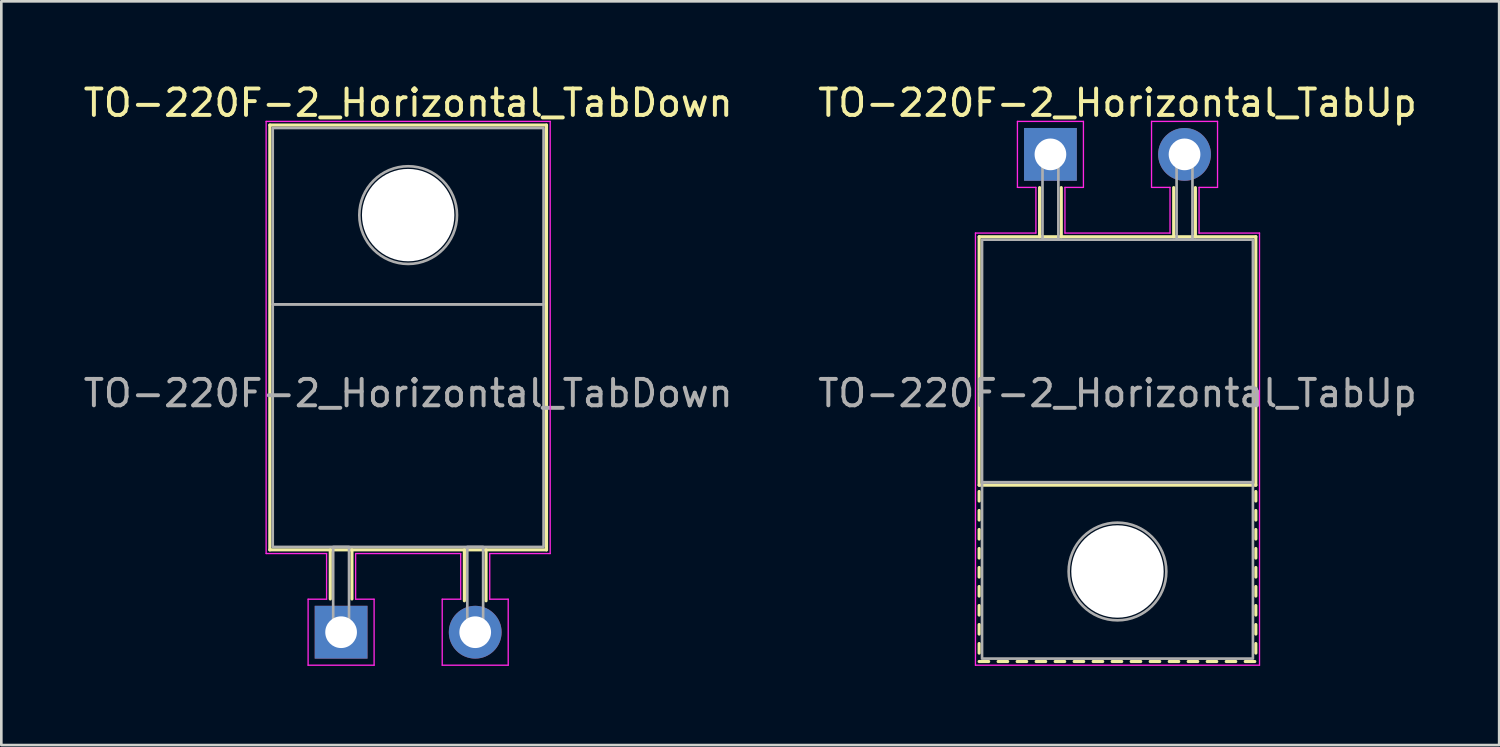
<source format=kicad_pcb>
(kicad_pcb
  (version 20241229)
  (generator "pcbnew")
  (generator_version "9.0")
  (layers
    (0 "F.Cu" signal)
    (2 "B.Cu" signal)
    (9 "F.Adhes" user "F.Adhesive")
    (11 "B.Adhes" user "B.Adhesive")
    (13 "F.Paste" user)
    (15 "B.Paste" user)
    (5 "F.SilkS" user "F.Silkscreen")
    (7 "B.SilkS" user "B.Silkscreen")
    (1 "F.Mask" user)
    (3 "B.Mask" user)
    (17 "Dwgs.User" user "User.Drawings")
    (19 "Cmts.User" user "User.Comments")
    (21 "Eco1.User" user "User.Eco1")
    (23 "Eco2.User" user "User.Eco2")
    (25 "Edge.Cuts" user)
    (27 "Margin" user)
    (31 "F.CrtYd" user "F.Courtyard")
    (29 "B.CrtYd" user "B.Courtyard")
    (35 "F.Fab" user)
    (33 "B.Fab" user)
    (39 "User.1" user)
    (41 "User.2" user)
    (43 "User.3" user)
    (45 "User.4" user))
  (footprint "TO-220F-2_Horizontal_TabDown"
    (layer "F.Cu")
    (at 9.871 20.898)
    (property "Reference" "TO-220F-2_Horizontal_TabDown" (at 2.54 -20.05 0) (layer "F.SilkS") (effects (font (size 1 1) (thickness 0.15))))
    (attr through_hole)
    (fp_line (start -2.7 -19.21) (end 7.78 -19.21) (stroke (width 0.12) (type solid)) (layer "F.SilkS"))
    (fp_line (start -2.7 -3.12) (end -2.7 -19.21) (stroke (width 0.12) (type solid)) (layer "F.SilkS"))
    (fp_line (start -2.7 -3.12) (end 7.78 -3.12) (stroke (width 0.12) (type solid)) (layer "F.SilkS"))
    (fp_line (start -0.41 -3.12) (end -0.41 -1.26) (stroke (width 0.12) (type solid)) (layer "F.SilkS"))
    (fp_line (start 0.41 -3.12) (end 0.41 -1.26) (stroke (width 0.12) (type solid)) (layer "F.SilkS"))
    (fp_line (start 4.67 -3.12) (end 4.67 -1.191) (stroke (width 0.12) (type solid)) (layer "F.SilkS"))
    (fp_line (start 5.49 -3.12) (end 5.49 -1.191) (stroke (width 0.12) (type solid)) (layer "F.SilkS"))
    (fp_line (start 7.78 -3.12) (end 7.78 -19.21) (stroke (width 0.12) (type solid)) (layer "F.SilkS"))
    (fp_line (start -2.84 -19.35) (end 7.92 -19.35) (stroke (width 0.05) (type solid)) (layer "F.CrtYd"))
    (fp_line (start -2.84 -2.98) (end -2.84 -19.35) (stroke (width 0.05) (type solid)) (layer "F.CrtYd"))
    (fp_line (start -1.25 -1.25) (end -0.55 -1.25) (stroke (width 0.05) (type solid)) (layer "F.CrtYd"))
    (fp_line (start -1.25 1.25) (end -1.25 -1.25) (stroke (width 0.05) (type solid)) (layer "F.CrtYd"))
    (fp_line (start -0.55 -2.98) (end -2.84 -2.98) (stroke (width 0.05) (type solid)) (layer "F.CrtYd"))
    (fp_line (start -0.55 -1.25) (end -0.55 -2.98) (stroke (width 0.05) (type solid)) (layer "F.CrtYd"))
    (fp_line (start 0.55 -2.98) (end 0.55 -1.25) (stroke (width 0.05) (type solid)) (layer "F.CrtYd"))
    (fp_line (start 0.55 -1.25) (end 1.25 -1.25) (stroke (width 0.05) (type solid)) (layer "F.CrtYd"))
    (fp_line (start 1.25 -1.25) (end 1.25 1.25) (stroke (width 0.05) (type solid)) (layer "F.CrtYd"))
    (fp_line (start 1.25 1.25) (end -1.25 1.25) (stroke (width 0.05) (type solid)) (layer "F.CrtYd"))
    (fp_line (start 3.83 -1.25) (end 4.53 -1.25) (stroke (width 0.05) (type solid)) (layer "F.CrtYd"))
    (fp_line (start 3.83 1.25) (end 3.83 -1.25) (stroke (width 0.05) (type solid)) (layer "F.CrtYd"))
    (fp_line (start 4.53 -2.98) (end 0.55 -2.98) (stroke (width 0.05) (type solid)) (layer "F.CrtYd"))
    (fp_line (start 4.53 -1.25) (end 4.53 -2.98) (stroke (width 0.05) (type solid)) (layer "F.CrtYd"))
    (fp_line (start 5.63 -2.98) (end 5.63 -1.25) (stroke (width 0.05) (type solid)) (layer "F.CrtYd"))
    (fp_line (start 5.63 -1.25) (end 6.33 -1.25) (stroke (width 0.05) (type solid)) (layer "F.CrtYd"))
    (fp_line (start 6.33 -1.25) (end 6.33 1.25) (stroke (width 0.05) (type solid)) (layer "F.CrtYd"))
    (fp_line (start 6.33 1.25) (end 3.83 1.25) (stroke (width 0.05) (type solid)) (layer "F.CrtYd"))
    (fp_line (start 7.92 -19.35) (end 7.92 -2.98) (stroke (width 0.05) (type solid)) (layer "F.CrtYd"))
    (fp_line (start 7.92 -2.98) (end 5.63 -2.98) (stroke (width 0.05) (type solid)) (layer "F.CrtYd"))
    (fp_rect (start -2.59 -19.1) (end 7.67 -12.42) (stroke (width 0.1) (type solid)) (fill no) (layer "F.Fab"))
    (fp_rect (start -2.59 -12.42) (end 7.67 -3.23) (stroke (width 0.1) (type solid)) (fill no) (layer "F.Fab"))
    (fp_rect (start -0.3 -3.23) (end 0.3 0) (stroke (width 0.1) (type solid)) (fill no) (layer "F.Fab"))
    (fp_rect (start 4.78 -3.23) (end 5.38 0) (stroke (width 0.1) (type solid)) (fill no) (layer "F.Fab"))
    (fp_circle (center 2.54 -15.8) (end 4.39 -15.8) (stroke (width 0.1) (type solid)) (fill no) (layer "F.Fab"))
    (fp_text user "${REFERENCE}" (at 2.54 -9.05 0) (layer "F.Fab") (effects (font (size 1 1) (thickness 0.15))))
    (pad "" np_thru_hole circle (at 2.54 -15.8) (size 3.5 3.5) (drill 3.5) (layers "*.Cu" "*.Mask"))
    (pad "1" thru_hole rect (at 0 0) (size 2 2) (drill 1.2) (layers "*.Cu" "*.Mask"))
    (pad "2" thru_hole circle (at 5.08 0) (size 2 2) (drill 1.2) (layers "*.Cu" "*.Mask")))
  (footprint "TO-220F-2_Horizontal_TabUp"
    (layer "F.Cu")
    (at 36.74 2.798)
    (property "Reference" "TO-220F-2_Horizontal_TabUp" (at 2.54 -1.95 0) (layer "F.SilkS") (effects (font (size 1 1) (thickness 0.15))))
    (attr through_hole)
    (fp_line (start -2.7 3.12) (end -2.7 12.53) (stroke (width 0.12) (type solid)) (layer "F.SilkS"))
    (fp_line (start -2.7 3.12) (end 7.78 3.12) (stroke (width 0.12) (type solid)) (layer "F.SilkS"))
    (fp_line (start -2.7 12.53) (end 7.78 12.53) (stroke (width 0.12) (type solid)) (layer "F.SilkS"))
    (fp_line (start -2.7 12.77) (end -2.7 13.13) (stroke (width 0.12) (type solid)) (layer "F.SilkS"))
    (fp_line (start -2.7 13.49) (end -2.7 13.85) (stroke (width 0.12) (type solid)) (layer "F.SilkS"))
    (fp_line (start -2.7 14.21) (end -2.7 14.57) (stroke (width 0.12) (type solid)) (layer "F.SilkS"))
    (fp_line (start -2.7 14.93) (end -2.7 15.29) (stroke (width 0.12) (type solid)) (layer "F.SilkS"))
    (fp_line (start -2.7 15.65) (end -2.7 16.01) (stroke (width 0.12) (type solid)) (layer "F.SilkS"))
    (fp_line (start -2.7 16.37) (end -2.7 16.73) (stroke (width 0.12) (type solid)) (layer "F.SilkS"))
    (fp_line (start -2.7 17.09) (end -2.7 17.45) (stroke (width 0.12) (type solid)) (layer "F.SilkS"))
    (fp_line (start -2.7 17.81) (end -2.7 18.17) (stroke (width 0.12) (type solid)) (layer "F.SilkS"))
    (fp_line (start -2.7 18.53) (end -2.7 18.89) (stroke (width 0.12) (type solid)) (layer "F.SilkS"))
    (fp_line (start -2.7 19.21) (end -2.34 19.21) (stroke (width 0.12) (type solid)) (layer "F.SilkS"))
    (fp_line (start -1.98 19.21) (end -1.62 19.21) (stroke (width 0.12) (type solid)) (layer "F.SilkS"))
    (fp_line (start -1.26 19.21) (end -0.9 19.21) (stroke (width 0.12) (type solid)) (layer "F.SilkS"))
    (fp_line (start -0.54 19.21) (end -0.18 19.21) (stroke (width 0.12) (type solid)) (layer "F.SilkS"))
    (fp_line (start -0.41 3.12) (end -0.41 1.26) (stroke (width 0.12) (type solid)) (layer "F.SilkS"))
    (fp_line (start 0.18 19.21) (end 0.54 19.21) (stroke (width 0.12) (type solid)) (layer "F.SilkS"))
    (fp_line (start 0.41 3.12) (end 0.41 1.26) (stroke (width 0.12) (type solid)) (layer "F.SilkS"))
    (fp_line (start 0.9 19.21) (end 1.26 19.21) (stroke (width 0.12) (type solid)) (layer "F.SilkS"))
    (fp_line (start 1.62 19.21) (end 1.98 19.21) (stroke (width 0.12) (type solid)) (layer "F.SilkS"))
    (fp_line (start 2.34 19.21) (end 2.7 19.21) (stroke (width 0.12) (type solid)) (layer "F.SilkS"))
    (fp_line (start 3.06 19.21) (end 3.42 19.21) (stroke (width 0.12) (type solid)) (layer "F.SilkS"))
    (fp_line (start 3.78 19.21) (end 4.14 19.21) (stroke (width 0.12) (type solid)) (layer "F.SilkS"))
    (fp_line (start 4.5 19.21) (end 4.86 19.21) (stroke (width 0.12) (type solid)) (layer "F.SilkS"))
    (fp_line (start 4.67 3.12) (end 4.67 1.26) (stroke (width 0.12) (type solid)) (layer "F.SilkS"))
    (fp_line (start 5.22 19.21) (end 5.58 19.21) (stroke (width 0.12) (type solid)) (layer "F.SilkS"))
    (fp_line (start 5.49 3.12) (end 5.49 1.26) (stroke (width 0.12) (type solid)) (layer "F.SilkS"))
    (fp_line (start 5.94 19.21) (end 6.3 19.21) (stroke (width 0.12) (type solid)) (layer "F.SilkS"))
    (fp_line (start 6.66 19.21) (end 7.02 19.21) (stroke (width 0.12) (type solid)) (layer "F.SilkS"))
    (fp_line (start 7.38 19.21) (end 7.74 19.21) (stroke (width 0.12) (type solid)) (layer "F.SilkS"))
    (fp_line (start 7.78 3.12) (end 7.78 12.53) (stroke (width 0.12) (type solid)) (layer "F.SilkS"))
    (fp_line (start 7.78 12.77) (end 7.78 13.13) (stroke (width 0.12) (type solid)) (layer "F.SilkS"))
    (fp_line (start 7.78 13.49) (end 7.78 13.85) (stroke (width 0.12) (type solid)) (layer "F.SilkS"))
    (fp_line (start 7.78 14.21) (end 7.78 14.57) (stroke (width 0.12) (type solid)) (layer "F.SilkS"))
    (fp_line (start 7.78 14.93) (end 7.78 15.29) (stroke (width 0.12) (type solid)) (layer "F.SilkS"))
    (fp_line (start 7.78 15.65) (end 7.78 16.01) (stroke (width 0.12) (type solid)) (layer "F.SilkS"))
    (fp_line (start 7.78 16.37) (end 7.78 16.73) (stroke (width 0.12) (type solid)) (layer "F.SilkS"))
    (fp_line (start 7.78 17.09) (end 7.78 17.45) (stroke (width 0.12) (type solid)) (layer "F.SilkS"))
    (fp_line (start 7.78 17.81) (end 7.78 18.17) (stroke (width 0.12) (type solid)) (layer "F.SilkS"))
    (fp_line (start 7.78 18.53) (end 7.78 18.89) (stroke (width 0.12) (type solid)) (layer "F.SilkS"))
    (fp_line (start -2.84 2.98) (end -0.55 2.98) (stroke (width 0.05) (type solid)) (layer "F.CrtYd"))
    (fp_line (start -2.84 19.35) (end -2.84 2.98) (stroke (width 0.05) (type solid)) (layer "F.CrtYd"))
    (fp_line (start -1.25 -1.25) (end 1.25 -1.25) (stroke (width 0.05) (type solid)) (layer "F.CrtYd"))
    (fp_line (start -1.25 1.25) (end -1.25 -1.25) (stroke (width 0.05) (type solid)) (layer "F.CrtYd"))
    (fp_line (start -0.55 1.25) (end -1.25 1.25) (stroke (width 0.05) (type solid)) (layer "F.CrtYd"))
    (fp_line (start -0.55 2.98) (end -0.55 1.25) (stroke (width 0.05) (type solid)) (layer "F.CrtYd"))
    (fp_line (start 0.55 1.25) (end 0.55 2.98) (stroke (width 0.05) (type solid)) (layer "F.CrtYd"))
    (fp_line (start 0.55 2.98) (end 4.53 2.98) (stroke (width 0.05) (type solid)) (layer "F.CrtYd"))
    (fp_line (start 1.25 -1.25) (end 1.25 1.25) (stroke (width 0.05) (type solid)) (layer "F.CrtYd"))
    (fp_line (start 1.25 1.25) (end 0.55 1.25) (stroke (width 0.05) (type solid)) (layer "F.CrtYd"))
    (fp_line (start 3.83 -1.25) (end 6.33 -1.25) (stroke (width 0.05) (type solid)) (layer "F.CrtYd"))
    (fp_line (start 3.83 1.25) (end 3.83 -1.25) (stroke (width 0.05) (type solid)) (layer "F.CrtYd"))
    (fp_line (start 4.53 1.25) (end 3.83 1.25) (stroke (width 0.05) (type solid)) (layer "F.CrtYd"))
    (fp_line (start 4.53 2.98) (end 4.53 1.25) (stroke (width 0.05) (type solid)) (layer "F.CrtYd"))
    (fp_line (start 5.63 1.25) (end 5.63 2.98) (stroke (width 0.05) (type solid)) (layer "F.CrtYd"))
    (fp_line (start 5.63 2.98) (end 7.92 2.98) (stroke (width 0.05) (type solid)) (layer "F.CrtYd"))
    (fp_line (start 6.33 -1.25) (end 6.33 1.25) (stroke (width 0.05) (type solid)) (layer "F.CrtYd"))
    (fp_line (start 6.33 1.25) (end 5.63 1.25) (stroke (width 0.05) (type solid)) (layer "F.CrtYd"))
    (fp_line (start 7.92 2.98) (end 7.92 19.35) (stroke (width 0.05) (type solid)) (layer "F.CrtYd"))
    (fp_line (start 7.92 19.35) (end -2.84 19.35) (stroke (width 0.05) (type solid)) (layer "F.CrtYd"))
    (fp_rect (start -2.59 3.23) (end 7.67 12.42) (stroke (width 0.1) (type solid)) (fill no) (layer "F.Fab"))
    (fp_rect (start -2.59 12.42) (end 7.67 19.1) (stroke (width 0.1) (type solid)) (fill no) (layer "F.Fab"))
    (fp_rect (start -0.3 0) (end 0.3 3.23) (stroke (width 0.1) (type solid)) (fill no) (layer "F.Fab"))
    (fp_rect (start 4.78 0) (end 5.38 3.23) (stroke (width 0.1) (type solid)) (fill no) (layer "F.Fab"))
    (fp_circle (center 2.54 15.8) (end 4.39 15.8) (stroke (width 0.1) (type solid)) (fill no) (layer "F.Fab"))
    (fp_text user "${REFERENCE}" (at 2.54 9.05 0) (layer "F.Fab") (effects (font (size 1 1) (thickness 0.15))))
    (pad "" np_thru_hole circle (at 2.54 15.8) (size 3.5 3.5) (drill 3.5) (layers "*.Cu" "*.Mask"))
    (pad "1" thru_hole rect (at 0 0) (size 2 2) (drill 1.2) (layers "*.Cu" "*.Mask"))
    (pad "2" thru_hole circle (at 5.08 0) (size 2 2) (drill 1.2) (layers "*.Cu" "*.Mask")))
  (gr_rect
    (start -3 -3)
    (end 53.738 25.173)
    (stroke (width 0.1) (type default))
    (fill no)
    (layer "Edge.Cuts")))
</source>
